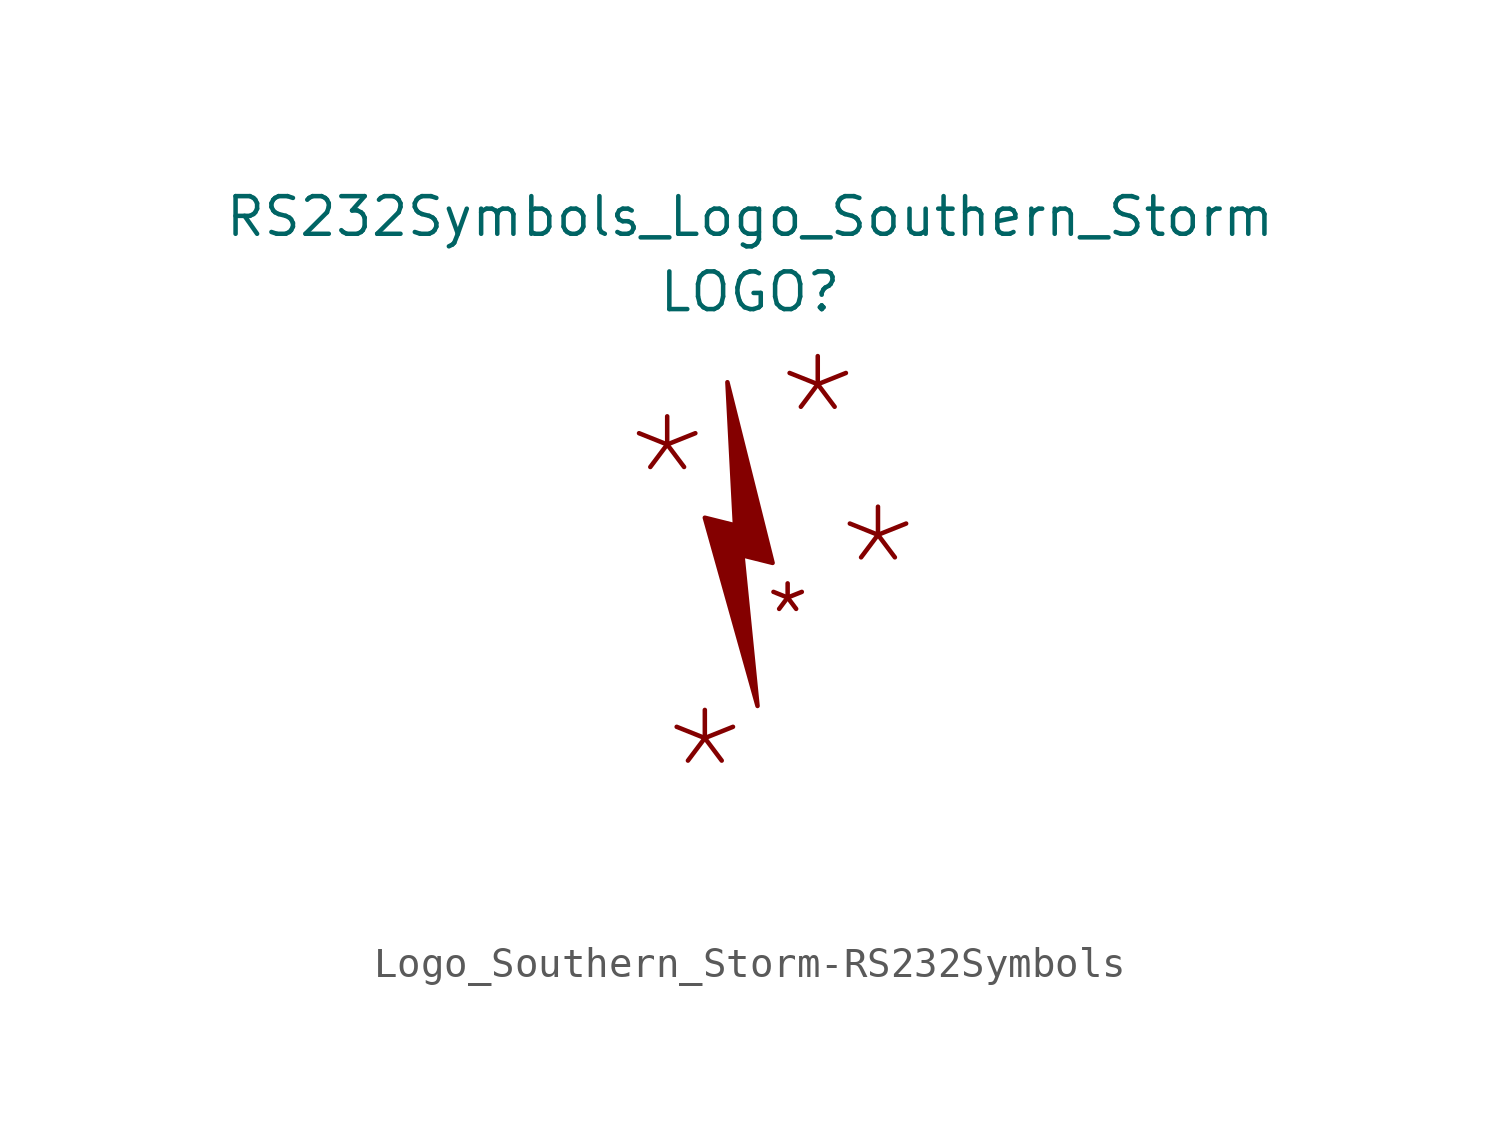
<source format=kicad_sym>
(kicad_symbol_lib
  (version 20231120)
  (generator "kicad_symbol_editor")
  (generator_version "8.0")
  (symbol "Logo_Southern_Storm-RS232Symbols"
    (pin_names
      (offset 1.016))
    (property "Reference" "LOGO"
      (at 0 0 0)
      (effects (font (size 1.27 1.27))))
    (property "Value" "RS232Symbols_Logo_Southern_Storm"
      (at 0 2.54 0)
      (effects (font (size 1.27 1.27))))
    (symbol "Logo_Southern_Storm-RS232Symbols_0_0"
      (polyline (pts (xy -0.762 -3.048) (xy 0.762 -9.144) (xy -0.254 -8.89) (xy 0.254 -13.97) (xy -1.524 -7.62) (xy -0.508 -7.874) (xy -0.762 -3.048)) (stroke (width 0) (type solid)) (fill (type outline)))
      (text "*" (at -2.794 -6.35 0) (effects (font (size 3.988 3.988))))
      (text "*" (at -1.524 -16.256 0) (effects (font (size 3.988 3.988))))
      (text "*" (at 1.27 -10.922 0) (effects (font (size 2.007 2.007))))
      (text "*" (at 2.286 -4.318 0) (effects (font (size 3.988 3.988))))
      (text "*" (at 4.318 -9.398 0) (effects (font (size 3.988 3.988)))))))
</source>
